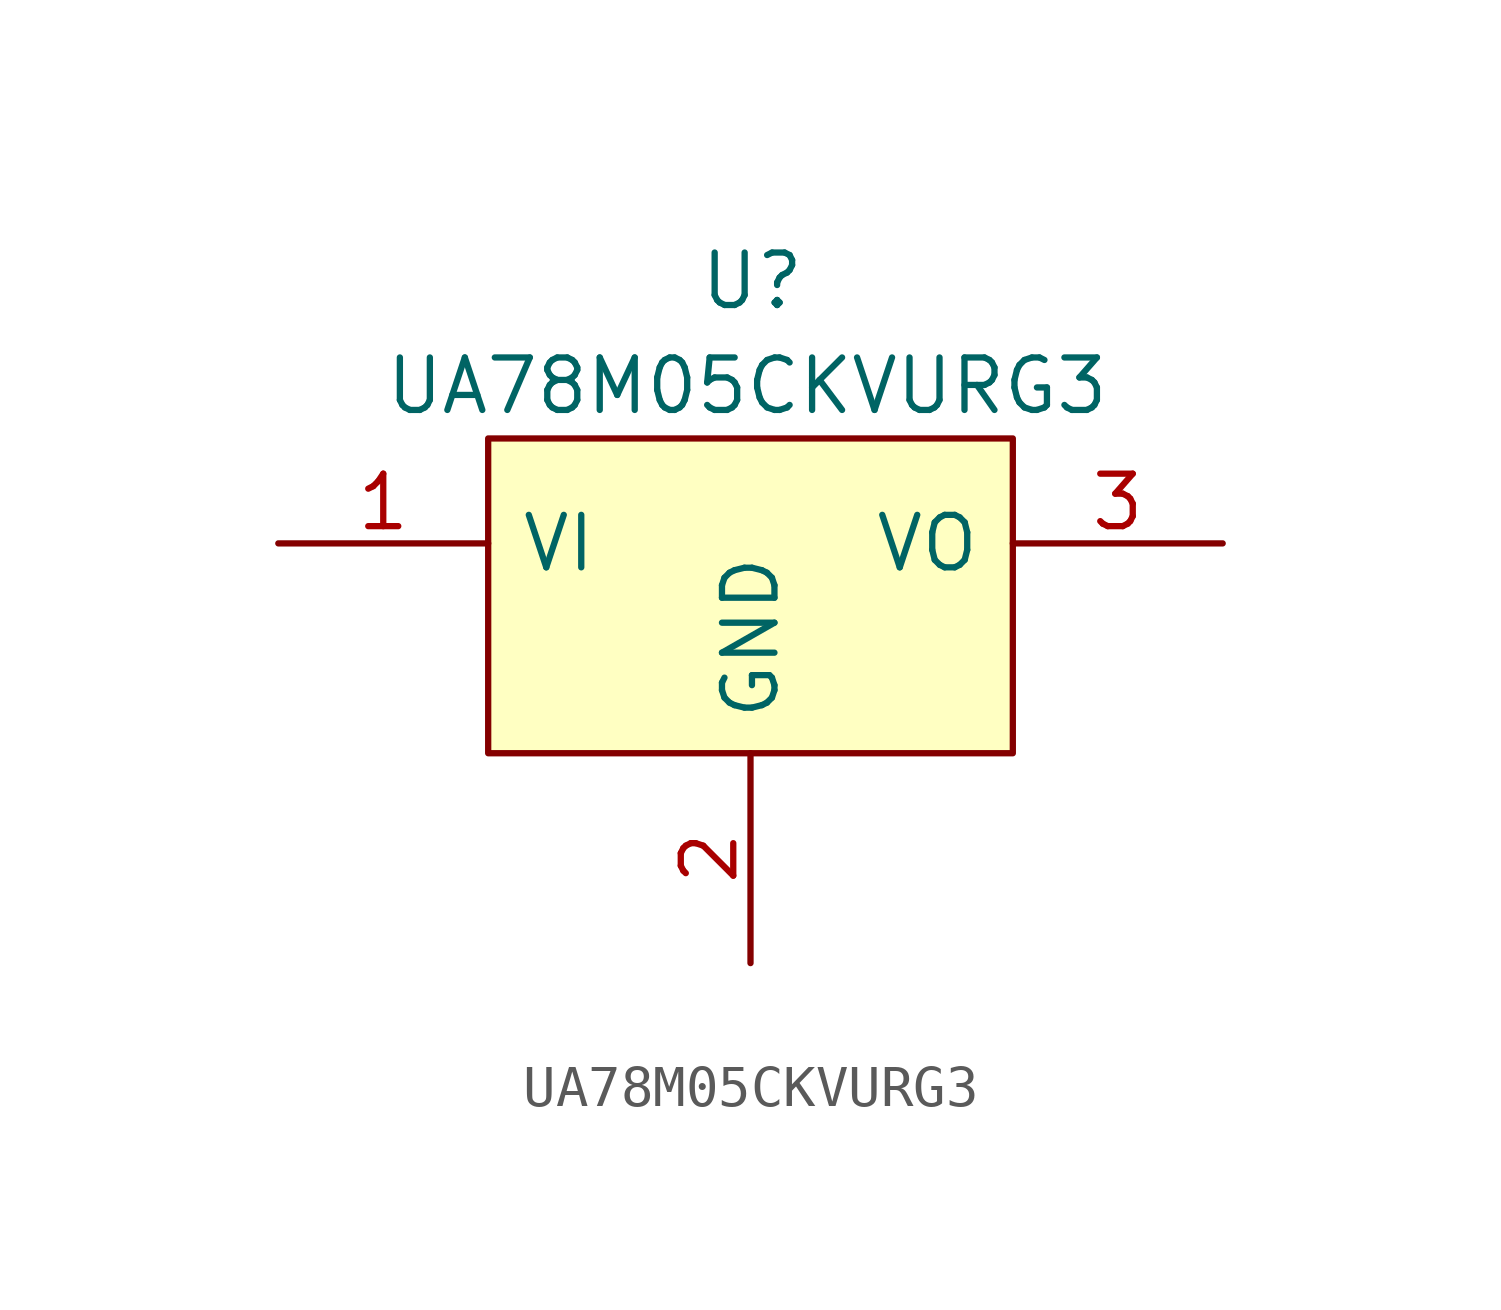
<source format=kicad_sym>
(kicad_symbol_lib
  (version 20220914)
  (generator kicad_symbol_editor)
  (symbol "UA78M05CKVURG3"
    (pin_names
      (offset 0.762))
    (property "Reference" "U"
      (at 5.08 3.81 0)
      (effects (font (size 1.27 1.27)) (justify left)))
    (property "Value" "UA78M05CKVURG3"
      (at -2.54 1.27 0)
      (effects (font (size 1.27 1.27)) (justify left)))
    (symbol "UA78M05CKVURG3_1_0"
      (pin passive line (at -5.08 -2.54 0) (length 5.08) (name "VI" (effects (font (size 1.27 1.27)))) (number "1" (effects (font (size 1.27 1.27)))))
      (pin passive line (at 6.35 -12.7 90) (length 5.08) (name "GND" (effects (font (size 1.27 1.27)))) (number "2" (effects (font (size 1.27 1.27)))))
      (pin passive line (at 17.78 -2.54 180) (length 5.08) (name "VO" (effects (font (size 1.27 1.27)))) (number "3" (effects (font (size 1.27 1.27))))))
    (symbol "UA78M05CKVURG3_1_1"
      (rectangle (start 0 0) (end 12.7 -7.62) (stroke (width 0) (type default)) (fill (type background))))))
</source>
